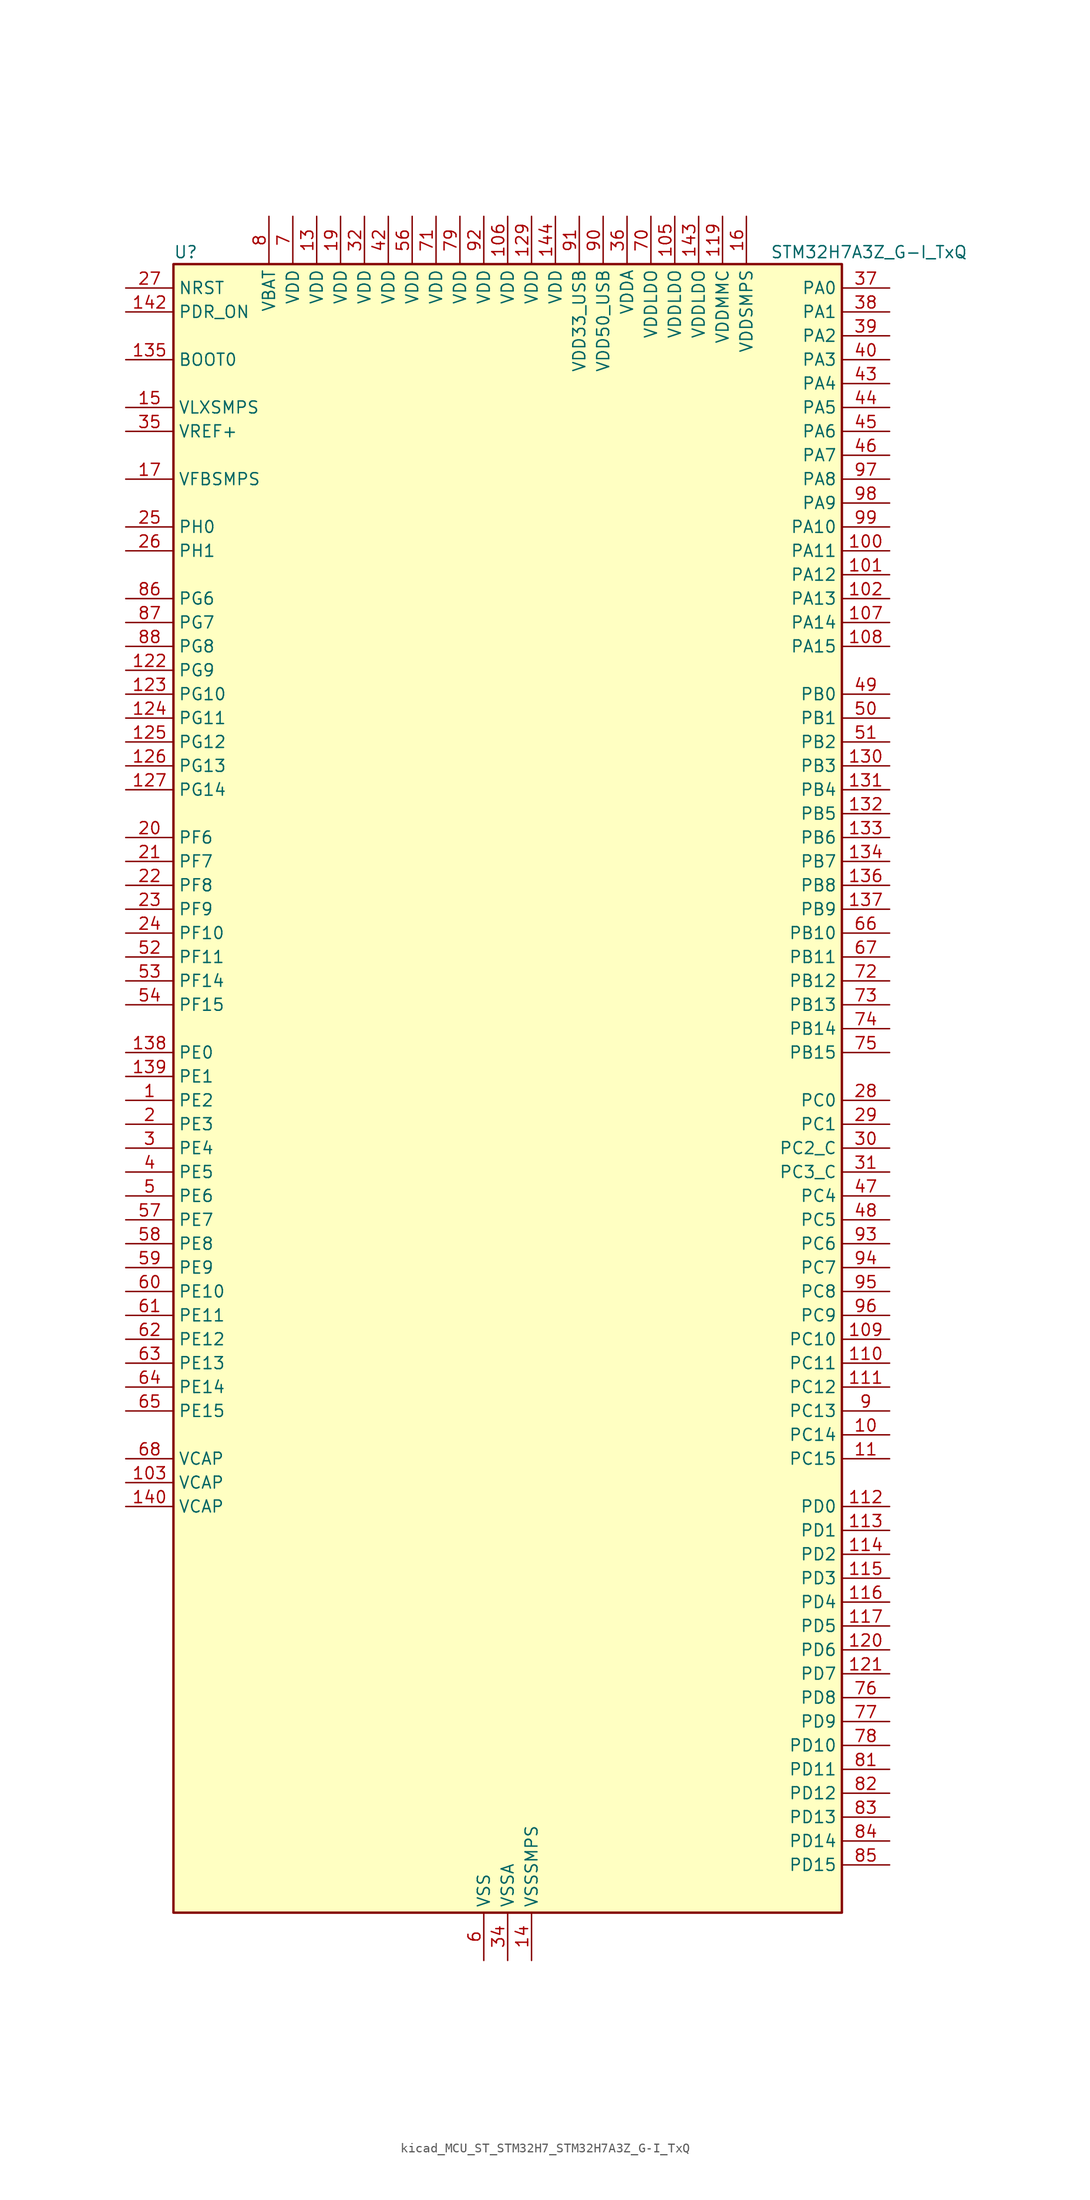
<source format=kicad_sym>
(kicad_symbol_lib
  (version 20220914)
  (generator kicad_symbol_editor)
  (symbol "kicad_MCU_ST_STM32H7_STM32H7A3Z_G-I_TxQ"
    (property "Reference" "U"
      (at -35.56 90.17 0)
      (effects (font (size 1.27 1.27)) (justify left)))
    (property "Value" "STM32H7A3Z_G-I_TxQ"
      (at 27.94 90.17 0)
      (effects (font (size 1.27 1.27)) (justify left)))
    (property "ki_locked" ""
      (at 0 0 0)
      (effects (font (size 1.27 1.27))))
    (symbol "kicad_MCU_ST_STM32H7_STM32H7A3Z_G-I_TxQ_0_1"
      (rectangle (start -35.56 -86.36) (end 35.56 88.9) (stroke (width 0.254) (type default)) (fill (type background))))
    (symbol "kicad_MCU_ST_STM32H7_STM32H7A3Z_G-I_TxQ_1_1"
      (pin bidirectional line (at -40.64 0 0) (length 5.08) (name "PE2" (effects (font (size 1.27 1.27)))) (number "1" (effects (font (size 1.27 1.27)))) (alternate "DEBUG_TRACECLK" bidirectional line) (alternate "FMC_A23" bidirectional line) (alternate "OCTOSPIM_P1_IO2" bidirectional line) (alternate "SAI1_CK1" bidirectional line) (alternate "SAI1_MCLK_A" bidirectional line) (alternate "SPI4_SCK" bidirectional line) (alternate "USART10_RX" bidirectional line))
      (pin bidirectional line (at 40.64 -35.56 180) (length 5.08) (name "PC14" (effects (font (size 1.27 1.27)))) (number "10" (effects (font (size 1.27 1.27)))) (alternate "RCC_OSC32_IN" bidirectional line))
      (pin bidirectional line (at 40.64 58.42 180) (length 5.08) (name "PA11" (effects (font (size 1.27 1.27)))) (number "100" (effects (font (size 1.27 1.27)))) (alternate "ADC1_EXTI11" bidirectional line) (alternate "ADC2_EXTI11" bidirectional line) (alternate "FDCAN1_RX" bidirectional line) (alternate "I2S2_WS" bidirectional line) (alternate "LPUART1_CTS" bidirectional line) (alternate "LTDC_R4" bidirectional line) (alternate "SPI2_NSS" bidirectional line) (alternate "TIM1_CH4" bidirectional line) (alternate "UART4_RX" bidirectional line) (alternate "USART1_CTS" bidirectional line) (alternate "USART1_NSS" bidirectional line) (alternate "USB_OTG_HS_DM" bidirectional line))
      (pin bidirectional line (at 40.64 55.88 180) (length 5.08) (name "PA12" (effects (font (size 1.27 1.27)))) (number "101" (effects (font (size 1.27 1.27)))) (alternate "FDCAN1_TX" bidirectional line) (alternate "I2S2_CK" bidirectional line) (alternate "LPUART1_DE" bidirectional line) (alternate "LPUART1_RTS" bidirectional line) (alternate "LTDC_R5" bidirectional line) (alternate "SAI2_FS_B" bidirectional line) (alternate "SPI2_SCK" bidirectional line) (alternate "TIM1_ETR" bidirectional line) (alternate "UART4_TX" bidirectional line) (alternate "USART1_DE" bidirectional line) (alternate "USART1_RTS" bidirectional line) (alternate "USB_OTG_HS_DP" bidirectional line))
      (pin bidirectional line (at 40.64 53.34 180) (length 5.08) (name "PA13" (effects (font (size 1.27 1.27)))) (number "102" (effects (font (size 1.27 1.27)))) (alternate "DEBUG_JTMS-SWDIO" bidirectional line))
      (pin power_out line (at -40.64 -40.64 0) (length 5.08) (name "VCAP" (effects (font (size 1.27 1.27)))) (number "103" (effects (font (size 1.27 1.27)))))
      (pin passive line (at -2.54 -91.44 90) (length 5.08) hide (name "VSS" (effects (font (size 1.27 1.27)))) (number "104" (effects (font (size 1.27 1.27)))))
      (pin power_in line (at 17.78 93.98 270) (length 5.08) (name "VDDLDO" (effects (font (size 1.27 1.27)))) (number "105" (effects (font (size 1.27 1.27)))))
      (pin power_in line (at 0 93.98 270) (length 5.08) (name "VDD" (effects (font (size 1.27 1.27)))) (number "106" (effects (font (size 1.27 1.27)))))
      (pin bidirectional line (at 40.64 50.8 180) (length 5.08) (name "PA14" (effects (font (size 1.27 1.27)))) (number "107" (effects (font (size 1.27 1.27)))) (alternate "DEBUG_JTCK-SWCLK" bidirectional line))
      (pin bidirectional line (at 40.64 48.26 180) (length 5.08) (name "PA15" (effects (font (size 1.27 1.27)))) (number "108" (effects (font (size 1.27 1.27)))) (alternate "ADC1_EXTI15" bidirectional line) (alternate "ADC2_EXTI15" bidirectional line) (alternate "CEC" bidirectional line) (alternate "DEBUG_JTDI" bidirectional line) (alternate "I2S1_WS" bidirectional line) (alternate "I2S3_WS" bidirectional line) (alternate "I2S6_WS" bidirectional line) (alternate "LTDC_B6" bidirectional line) (alternate "LTDC_R3" bidirectional line) (alternate "SPI1_NSS" bidirectional line) (alternate "SPI3_NSS" bidirectional line) (alternate "SPI6_NSS" bidirectional line) (alternate "TIM2_CH1" bidirectional line) (alternate "TIM2_ETR" bidirectional line) (alternate "UART4_DE" bidirectional line) (alternate "UART4_RTS" bidirectional line) (alternate "UART7_TX" bidirectional line))
      (pin bidirectional line (at 40.64 -25.4 180) (length 5.08) (name "PC10" (effects (font (size 1.27 1.27)))) (number "109" (effects (font (size 1.27 1.27)))) (alternate "DCMI_D8" bidirectional line) (alternate "DFSDM1_CKIN5" bidirectional line) (alternate "DFSDM2_CKIN0" bidirectional line) (alternate "I2S3_CK" bidirectional line) (alternate "LTDC_B1" bidirectional line) (alternate "LTDC_R2" bidirectional line) (alternate "OCTOSPIM_P1_IO1" bidirectional line) (alternate "PSSI_D8" bidirectional line) (alternate "SDMMC1_D2" bidirectional line) (alternate "SPI3_SCK" bidirectional line) (alternate "SWPMI1_RX" bidirectional line) (alternate "UART4_TX" bidirectional line) (alternate "USART3_TX" bidirectional line))
      (pin bidirectional line (at 40.64 -38.1 180) (length 5.08) (name "PC15" (effects (font (size 1.27 1.27)))) (number "11" (effects (font (size 1.27 1.27)))) (alternate "ADC1_EXTI15" bidirectional line) (alternate "ADC2_EXTI15" bidirectional line) (alternate "RCC_OSC32_OUT" bidirectional line))
      (pin bidirectional line (at 40.64 -27.94 180) (length 5.08) (name "PC11" (effects (font (size 1.27 1.27)))) (number "110" (effects (font (size 1.27 1.27)))) (alternate "ADC1_EXTI11" bidirectional line) (alternate "ADC2_EXTI11" bidirectional line) (alternate "DCMI_D4" bidirectional line) (alternate "DFSDM1_DATIN5" bidirectional line) (alternate "DFSDM2_DATIN0" bidirectional line) (alternate "I2S3_SDI" bidirectional line) (alternate "LTDC_B4" bidirectional line) (alternate "OCTOSPIM_P1_NCS" bidirectional line) (alternate "PSSI_D4" bidirectional line) (alternate "SDMMC1_D3" bidirectional line) (alternate "SPI3_MISO" bidirectional line) (alternate "UART4_RX" bidirectional line) (alternate "USART3_RX" bidirectional line))
      (pin bidirectional line (at 40.64 -30.48 180) (length 5.08) (name "PC12" (effects (font (size 1.27 1.27)))) (number "111" (effects (font (size 1.27 1.27)))) (alternate "DCMI_D9" bidirectional line) (alternate "DEBUG_TRACED3" bidirectional line) (alternate "DFSDM2_CKOUT" bidirectional line) (alternate "I2S3_SDO" bidirectional line) (alternate "I2S6_CK" bidirectional line) (alternate "LTDC_R6" bidirectional line) (alternate "PSSI_D9" bidirectional line) (alternate "SDMMC1_CK" bidirectional line) (alternate "SPI3_MOSI" bidirectional line) (alternate "SPI6_SCK" bidirectional line) (alternate "TIM15_CH1" bidirectional line) (alternate "UART5_TX" bidirectional line) (alternate "USART3_CK" bidirectional line))
      (pin bidirectional line (at 40.64 -43.18 180) (length 5.08) (name "PD0" (effects (font (size 1.27 1.27)))) (number "112" (effects (font (size 1.27 1.27)))) (alternate "DFSDM1_CKIN6" bidirectional line) (alternate "FDCAN1_RX" bidirectional line) (alternate "FMC_D2" bidirectional line) (alternate "FMC_DA2" bidirectional line) (alternate "LTDC_B1" bidirectional line) (alternate "UART4_RX" bidirectional line) (alternate "UART9_CTS" bidirectional line))
      (pin bidirectional line (at 40.64 -45.72 180) (length 5.08) (name "PD1" (effects (font (size 1.27 1.27)))) (number "113" (effects (font (size 1.27 1.27)))) (alternate "DFSDM1_DATIN6" bidirectional line) (alternate "FDCAN1_TX" bidirectional line) (alternate "FMC_D3" bidirectional line) (alternate "FMC_DA3" bidirectional line) (alternate "UART4_TX" bidirectional line))
      (pin bidirectional line (at 40.64 -48.26 180) (length 5.08) (name "PD2" (effects (font (size 1.27 1.27)))) (number "114" (effects (font (size 1.27 1.27)))) (alternate "DCMI_D11" bidirectional line) (alternate "DEBUG_TRACED2" bidirectional line) (alternate "LTDC_B2" bidirectional line) (alternate "LTDC_B7" bidirectional line) (alternate "PSSI_D11" bidirectional line) (alternate "SDMMC1_CMD" bidirectional line) (alternate "TIM15_BKIN" bidirectional line) (alternate "TIM3_ETR" bidirectional line) (alternate "UART5_RX" bidirectional line))
      (pin bidirectional line (at 40.64 -50.8 180) (length 5.08) (name "PD3" (effects (font (size 1.27 1.27)))) (number "115" (effects (font (size 1.27 1.27)))) (alternate "DCMI_D5" bidirectional line) (alternate "DFSDM1_CKOUT" bidirectional line) (alternate "FMC_CLK" bidirectional line) (alternate "I2S2_CK" bidirectional line) (alternate "LTDC_G7" bidirectional line) (alternate "PSSI_D5" bidirectional line) (alternate "SPI2_SCK" bidirectional line) (alternate "USART2_CTS" bidirectional line) (alternate "USART2_NSS" bidirectional line))
      (pin bidirectional line (at 40.64 -53.34 180) (length 5.08) (name "PD4" (effects (font (size 1.27 1.27)))) (number "116" (effects (font (size 1.27 1.27)))) (alternate "FMC_NOE" bidirectional line) (alternate "OCTOSPIM_P1_IO4" bidirectional line) (alternate "USART2_DE" bidirectional line) (alternate "USART2_RTS" bidirectional line))
      (pin bidirectional line (at 40.64 -55.88 180) (length 5.08) (name "PD5" (effects (font (size 1.27 1.27)))) (number "117" (effects (font (size 1.27 1.27)))) (alternate "FMC_NWE" bidirectional line) (alternate "OCTOSPIM_P1_IO5" bidirectional line) (alternate "USART2_TX" bidirectional line))
      (pin passive line (at -2.54 -91.44 90) (length 5.08) hide (name "VSS" (effects (font (size 1.27 1.27)))) (number "118" (effects (font (size 1.27 1.27)))))
      (pin power_in line (at 22.86 93.98 270) (length 5.08) (name "VDDMMC" (effects (font (size 1.27 1.27)))) (number "119" (effects (font (size 1.27 1.27)))))
      (pin passive line (at -2.54 -91.44 90) (length 5.08) hide (name "VSS" (effects (font (size 1.27 1.27)))) (number "12" (effects (font (size 1.27 1.27)))))
      (pin bidirectional line (at 40.64 -58.42 180) (length 5.08) (name "PD6" (effects (font (size 1.27 1.27)))) (number "120" (effects (font (size 1.27 1.27)))) (alternate "DCMI_D10" bidirectional line) (alternate "DFSDM1_CKIN4" bidirectional line) (alternate "DFSDM1_DATIN1" bidirectional line) (alternate "FMC_NWAIT" bidirectional line) (alternate "I2S3_SDO" bidirectional line) (alternate "LTDC_B2" bidirectional line) (alternate "OCTOSPIM_P1_IO6" bidirectional line) (alternate "PSSI_D10" bidirectional line) (alternate "SAI1_D1" bidirectional line) (alternate "SAI1_SD_A" bidirectional line) (alternate "SDMMC2_CK" bidirectional line) (alternate "SPI3_MOSI" bidirectional line) (alternate "USART2_RX" bidirectional line))
      (pin bidirectional line (at 40.64 -60.96 180) (length 5.08) (name "PD7" (effects (font (size 1.27 1.27)))) (number "121" (effects (font (size 1.27 1.27)))) (alternate "DFSDM1_CKIN1" bidirectional line) (alternate "DFSDM1_DATIN4" bidirectional line) (alternate "FMC_NE1" bidirectional line) (alternate "I2S1_SDO" bidirectional line) (alternate "OCTOSPIM_P1_IO7" bidirectional line) (alternate "SDMMC2_CMD" bidirectional line) (alternate "SPDIFRX_IN0" bidirectional line) (alternate "SPI1_MOSI" bidirectional line) (alternate "USART2_CK" bidirectional line))
      (pin bidirectional line (at -40.64 45.72 0) (length 5.08) (name "PG9" (effects (font (size 1.27 1.27)))) (number "122" (effects (font (size 1.27 1.27)))) (alternate "DAC1_EXTI9" bidirectional line) (alternate "DCMI_VSYNC" bidirectional line) (alternate "FMC_NCE" bidirectional line) (alternate "FMC_NE2" bidirectional line) (alternate "I2S1_SDI" bidirectional line) (alternate "OCTOSPIM_P1_IO6" bidirectional line) (alternate "PSSI_RDY" bidirectional line) (alternate "SAI2_FS_B" bidirectional line) (alternate "SDMMC2_D0" bidirectional line) (alternate "SPDIFRX_IN3" bidirectional line) (alternate "SPI1_MISO" bidirectional line) (alternate "USART6_RX" bidirectional line))
      (pin bidirectional line (at -40.64 43.18 0) (length 5.08) (name "PG10" (effects (font (size 1.27 1.27)))) (number "123" (effects (font (size 1.27 1.27)))) (alternate "DCMI_D2" bidirectional line) (alternate "FMC_NE3" bidirectional line) (alternate "I2S1_WS" bidirectional line) (alternate "LTDC_B2" bidirectional line) (alternate "LTDC_G3" bidirectional line) (alternate "OCTOSPIM_P2_IO6" bidirectional line) (alternate "PSSI_D2" bidirectional line) (alternate "SAI2_SD_B" bidirectional line) (alternate "SDMMC2_D1" bidirectional line) (alternate "SPI1_NSS" bidirectional line))
      (pin bidirectional line (at -40.64 40.64 0) (length 5.08) (name "PG11" (effects (font (size 1.27 1.27)))) (number "124" (effects (font (size 1.27 1.27)))) (alternate "ADC1_EXTI11" bidirectional line) (alternate "ADC2_EXTI11" bidirectional line) (alternate "DCMI_D3" bidirectional line) (alternate "I2S1_CK" bidirectional line) (alternate "LPTIM1_IN2" bidirectional line) (alternate "LTDC_B3" bidirectional line) (alternate "OCTOSPIM_P2_IO7" bidirectional line) (alternate "PSSI_D3" bidirectional line) (alternate "SDMMC2_D2" bidirectional line) (alternate "SPDIFRX_IN0" bidirectional line) (alternate "SPI1_SCK" bidirectional line) (alternate "USART10_RX" bidirectional line))
      (pin bidirectional line (at -40.64 38.1 0) (length 5.08) (name "PG12" (effects (font (size 1.27 1.27)))) (number "125" (effects (font (size 1.27 1.27)))) (alternate "FMC_NE4" bidirectional line) (alternate "I2S6_SDI" bidirectional line) (alternate "LPTIM1_IN1" bidirectional line) (alternate "LTDC_B1" bidirectional line) (alternate "LTDC_B4" bidirectional line) (alternate "OCTOSPIM_P2_NCS" bidirectional line) (alternate "SDMMC2_D3" bidirectional line) (alternate "SPDIFRX_IN1" bidirectional line) (alternate "SPI6_MISO" bidirectional line) (alternate "USART10_TX" bidirectional line) (alternate "USART6_DE" bidirectional line) (alternate "USART6_RTS" bidirectional line))
      (pin bidirectional line (at -40.64 35.56 0) (length 5.08) (name "PG13" (effects (font (size 1.27 1.27)))) (number "126" (effects (font (size 1.27 1.27)))) (alternate "DEBUG_TRACED0" bidirectional line) (alternate "FMC_A24" bidirectional line) (alternate "I2S6_CK" bidirectional line) (alternate "LPTIM1_OUT" bidirectional line) (alternate "LTDC_R0" bidirectional line) (alternate "SDMMC2_D6" bidirectional line) (alternate "SPI6_SCK" bidirectional line) (alternate "USART10_CTS" bidirectional line) (alternate "USART10_NSS" bidirectional line) (alternate "USART6_CTS" bidirectional line) (alternate "USART6_NSS" bidirectional line))
      (pin bidirectional line (at -40.64 33.02 0) (length 5.08) (name "PG14" (effects (font (size 1.27 1.27)))) (number "127" (effects (font (size 1.27 1.27)))) (alternate "DEBUG_TRACED1" bidirectional line) (alternate "FMC_A25" bidirectional line) (alternate "I2S6_SDO" bidirectional line) (alternate "LPTIM1_ETR" bidirectional line) (alternate "LTDC_B0" bidirectional line) (alternate "OCTOSPIM_P1_IO7" bidirectional line) (alternate "SDMMC2_D7" bidirectional line) (alternate "SPI6_MOSI" bidirectional line) (alternate "USART10_DE" bidirectional line) (alternate "USART10_RTS" bidirectional line) (alternate "USART6_TX" bidirectional line))
      (pin passive line (at -2.54 -91.44 90) (length 5.08) hide (name "VSS" (effects (font (size 1.27 1.27)))) (number "128" (effects (font (size 1.27 1.27)))))
      (pin power_in line (at 2.54 93.98 270) (length 5.08) (name "VDD" (effects (font (size 1.27 1.27)))) (number "129" (effects (font (size 1.27 1.27)))))
      (pin power_in line (at -20.32 93.98 270) (length 5.08) (name "VDD" (effects (font (size 1.27 1.27)))) (number "13" (effects (font (size 1.27 1.27)))))
      (pin bidirectional line (at 40.64 35.56 180) (length 5.08) (name "PB3" (effects (font (size 1.27 1.27)))) (number "130" (effects (font (size 1.27 1.27)))) (alternate "CRS_SYNC" bidirectional line) (alternate "DEBUG_JTDO-SWO" bidirectional line) (alternate "I2S1_CK" bidirectional line) (alternate "I2S3_CK" bidirectional line) (alternate "I2S6_CK" bidirectional line) (alternate "SDMMC2_D2" bidirectional line) (alternate "SPI1_SCK" bidirectional line) (alternate "SPI3_SCK" bidirectional line) (alternate "SPI6_SCK" bidirectional line) (alternate "TIM2_CH2" bidirectional line) (alternate "UART7_RX" bidirectional line))
      (pin bidirectional line (at 40.64 33.02 180) (length 5.08) (name "PB4" (effects (font (size 1.27 1.27)))) (number "131" (effects (font (size 1.27 1.27)))) (alternate "DEBUG_JTRST" bidirectional line) (alternate "I2S1_SDI" bidirectional line) (alternate "I2S2_WS" bidirectional line) (alternate "I2S3_SDI" bidirectional line) (alternate "I2S6_SDI" bidirectional line) (alternate "SDMMC2_D3" bidirectional line) (alternate "SPI1_MISO" bidirectional line) (alternate "SPI2_NSS" bidirectional line) (alternate "SPI3_MISO" bidirectional line) (alternate "SPI6_MISO" bidirectional line) (alternate "TIM16_BKIN" bidirectional line) (alternate "TIM3_CH1" bidirectional line) (alternate "UART7_TX" bidirectional line))
      (pin bidirectional line (at 40.64 30.48 180) (length 5.08) (name "PB5" (effects (font (size 1.27 1.27)))) (number "132" (effects (font (size 1.27 1.27)))) (alternate "DCMI_D10" bidirectional line) (alternate "FDCAN2_RX" bidirectional line) (alternate "FMC_SDCKE1" bidirectional line) (alternate "I2C1_SMBA" bidirectional line) (alternate "I2C4_SMBA" bidirectional line) (alternate "I2S1_SDO" bidirectional line) (alternate "I2S3_SDO" bidirectional line) (alternate "I2S6_SDO" bidirectional line) (alternate "LTDC_B5" bidirectional line) (alternate "PSSI_D10" bidirectional line) (alternate "SPI1_MOSI" bidirectional line) (alternate "SPI3_MOSI" bidirectional line) (alternate "SPI6_MOSI" bidirectional line) (alternate "TIM17_BKIN" bidirectional line) (alternate "TIM3_CH2" bidirectional line) (alternate "UART5_RX" bidirectional line) (alternate "USB_OTG_HS_ULPI_D7" bidirectional line))
      (pin bidirectional line (at 40.64 27.94 180) (length 5.08) (name "PB6" (effects (font (size 1.27 1.27)))) (number "133" (effects (font (size 1.27 1.27)))) (alternate "CEC" bidirectional line) (alternate "DCMI_D5" bidirectional line) (alternate "DFSDM1_DATIN5" bidirectional line) (alternate "FDCAN2_TX" bidirectional line) (alternate "FMC_SDNE1" bidirectional line) (alternate "I2C1_SCL" bidirectional line) (alternate "I2C4_SCL" bidirectional line) (alternate "LPUART1_TX" bidirectional line) (alternate "OCTOSPIM_P1_NCS" bidirectional line) (alternate "PSSI_D5" bidirectional line) (alternate "TIM16_CH1N" bidirectional line) (alternate "TIM4_CH1" bidirectional line) (alternate "UART5_TX" bidirectional line) (alternate "USART1_TX" bidirectional line))
      (pin bidirectional line (at 40.64 25.4 180) (length 5.08) (name "PB7" (effects (font (size 1.27 1.27)))) (number "134" (effects (font (size 1.27 1.27)))) (alternate "DCMI_VSYNC" bidirectional line) (alternate "DFSDM1_CKIN5" bidirectional line) (alternate "FMC_NL" bidirectional line) (alternate "I2C1_SDA" bidirectional line) (alternate "I2C4_SDA" bidirectional line) (alternate "LPUART1_RX" bidirectional line) (alternate "PSSI_RDY" bidirectional line) (alternate "PWR_PVD_IN" bidirectional line) (alternate "TIM17_CH1N" bidirectional line) (alternate "TIM4_CH2" bidirectional line) (alternate "USART1_RX" bidirectional line))
      (pin input line (at -40.64 78.74 0) (length 5.08) (name "BOOT0" (effects (font (size 1.27 1.27)))) (number "135" (effects (font (size 1.27 1.27)))))
      (pin bidirectional line (at 40.64 22.86 180) (length 5.08) (name "PB8" (effects (font (size 1.27 1.27)))) (number "136" (effects (font (size 1.27 1.27)))) (alternate "DCMI_D6" bidirectional line) (alternate "DFSDM1_CKIN7" bidirectional line) (alternate "FDCAN1_RX" bidirectional line) (alternate "I2C1_SCL" bidirectional line) (alternate "I2C4_SCL" bidirectional line) (alternate "LTDC_B6" bidirectional line) (alternate "PSSI_D6" bidirectional line) (alternate "SDMMC1_CKIN" bidirectional line) (alternate "SDMMC1_D4" bidirectional line) (alternate "SDMMC2_D4" bidirectional line) (alternate "TIM16_CH1" bidirectional line) (alternate "TIM4_CH3" bidirectional line) (alternate "UART4_RX" bidirectional line))
      (pin bidirectional line (at 40.64 20.32 180) (length 5.08) (name "PB9" (effects (font (size 1.27 1.27)))) (number "137" (effects (font (size 1.27 1.27)))) (alternate "DAC1_EXTI9" bidirectional line) (alternate "DCMI_D7" bidirectional line) (alternate "DFSDM1_DATIN7" bidirectional line) (alternate "FDCAN1_TX" bidirectional line) (alternate "I2C1_SDA" bidirectional line) (alternate "I2C4_SDA" bidirectional line) (alternate "I2C4_SMBA" bidirectional line) (alternate "I2S2_WS" bidirectional line) (alternate "LTDC_B7" bidirectional line) (alternate "PSSI_D7" bidirectional line) (alternate "SDMMC1_CDIR" bidirectional line) (alternate "SDMMC1_D5" bidirectional line) (alternate "SDMMC2_D5" bidirectional line) (alternate "SPI2_NSS" bidirectional line) (alternate "TIM17_CH1" bidirectional line) (alternate "TIM4_CH4" bidirectional line) (alternate "UART4_TX" bidirectional line))
      (pin bidirectional line (at -40.64 5.08 0) (length 5.08) (name "PE0" (effects (font (size 1.27 1.27)))) (number "138" (effects (font (size 1.27 1.27)))) (alternate "DCMI_D2" bidirectional line) (alternate "FMC_NBL0" bidirectional line) (alternate "LPTIM1_ETR" bidirectional line) (alternate "LPTIM2_ETR" bidirectional line) (alternate "LTDC_R0" bidirectional line) (alternate "PSSI_D2" bidirectional line) (alternate "SAI2_MCLK_A" bidirectional line) (alternate "TIM4_ETR" bidirectional line) (alternate "UART8_RX" bidirectional line))
      (pin bidirectional line (at -40.64 2.54 0) (length 5.08) (name "PE1" (effects (font (size 1.27 1.27)))) (number "139" (effects (font (size 1.27 1.27)))) (alternate "DCMI_D3" bidirectional line) (alternate "FMC_NBL1" bidirectional line) (alternate "LPTIM1_IN2" bidirectional line) (alternate "LTDC_R6" bidirectional line) (alternate "PSSI_D3" bidirectional line) (alternate "UART8_TX" bidirectional line))
      (pin power_in line (at 2.54 -91.44 90) (length 5.08) (name "VSSSMPS" (effects (font (size 1.27 1.27)))) (number "14" (effects (font (size 1.27 1.27)))))
      (pin power_out line (at -40.64 -43.18 0) (length 5.08) (name "VCAP" (effects (font (size 1.27 1.27)))) (number "140" (effects (font (size 1.27 1.27)))))
      (pin passive line (at -2.54 -91.44 90) (length 5.08) hide (name "VSS" (effects (font (size 1.27 1.27)))) (number "141" (effects (font (size 1.27 1.27)))))
      (pin input line (at -40.64 83.82 0) (length 5.08) (name "PDR_ON" (effects (font (size 1.27 1.27)))) (number "142" (effects (font (size 1.27 1.27)))))
      (pin power_in line (at 20.32 93.98 270) (length 5.08) (name "VDDLDO" (effects (font (size 1.27 1.27)))) (number "143" (effects (font (size 1.27 1.27)))))
      (pin power_in line (at 5.08 93.98 270) (length 5.08) (name "VDD" (effects (font (size 1.27 1.27)))) (number "144" (effects (font (size 1.27 1.27)))))
      (pin power_in line (at -40.64 73.66 0) (length 5.08) (name "VLXSMPS" (effects (font (size 1.27 1.27)))) (number "15" (effects (font (size 1.27 1.27)))))
      (pin power_in line (at 25.4 93.98 270) (length 5.08) (name "VDDSMPS" (effects (font (size 1.27 1.27)))) (number "16" (effects (font (size 1.27 1.27)))))
      (pin input line (at -40.64 66.04 0) (length 5.08) (name "VFBSMPS" (effects (font (size 1.27 1.27)))) (number "17" (effects (font (size 1.27 1.27)))))
      (pin passive line (at -2.54 -91.44 90) (length 5.08) hide (name "VSS" (effects (font (size 1.27 1.27)))) (number "18" (effects (font (size 1.27 1.27)))))
      (pin power_in line (at -17.78 93.98 270) (length 5.08) (name "VDD" (effects (font (size 1.27 1.27)))) (number "19" (effects (font (size 1.27 1.27)))))
      (pin bidirectional line (at -40.64 -2.54 0) (length 5.08) (name "PE3" (effects (font (size 1.27 1.27)))) (number "2" (effects (font (size 1.27 1.27)))) (alternate "DEBUG_TRACED0" bidirectional line) (alternate "FMC_A19" bidirectional line) (alternate "SAI1_SD_B" bidirectional line) (alternate "TIM15_BKIN" bidirectional line) (alternate "USART10_TX" bidirectional line))
      (pin bidirectional line (at -40.64 27.94 0) (length 5.08) (name "PF6" (effects (font (size 1.27 1.27)))) (number "20" (effects (font (size 1.27 1.27)))) (alternate "OCTOSPIM_P1_IO3" bidirectional line) (alternate "SAI1_SD_B" bidirectional line) (alternate "SPI5_NSS" bidirectional line) (alternate "TIM16_CH1" bidirectional line) (alternate "UART7_RX" bidirectional line))
      (pin bidirectional line (at -40.64 25.4 0) (length 5.08) (name "PF7" (effects (font (size 1.27 1.27)))) (number "21" (effects (font (size 1.27 1.27)))) (alternate "OCTOSPIM_P1_IO2" bidirectional line) (alternate "SAI1_MCLK_B" bidirectional line) (alternate "SPI5_SCK" bidirectional line) (alternate "TIM17_CH1" bidirectional line) (alternate "UART7_TX" bidirectional line))
      (pin bidirectional line (at -40.64 22.86 0) (length 5.08) (name "PF8" (effects (font (size 1.27 1.27)))) (number "22" (effects (font (size 1.27 1.27)))) (alternate "OCTOSPIM_P1_IO0" bidirectional line) (alternate "SAI1_SCK_B" bidirectional line) (alternate "SPI5_MISO" bidirectional line) (alternate "TIM13_CH1" bidirectional line) (alternate "TIM16_CH1N" bidirectional line) (alternate "UART7_DE" bidirectional line) (alternate "UART7_RTS" bidirectional line))
      (pin bidirectional line (at -40.64 20.32 0) (length 5.08) (name "PF9" (effects (font (size 1.27 1.27)))) (number "23" (effects (font (size 1.27 1.27)))) (alternate "DAC1_EXTI9" bidirectional line) (alternate "OCTOSPIM_P1_IO1" bidirectional line) (alternate "SAI1_FS_B" bidirectional line) (alternate "SPI5_MOSI" bidirectional line) (alternate "TIM14_CH1" bidirectional line) (alternate "TIM17_CH1N" bidirectional line) (alternate "UART7_CTS" bidirectional line))
      (pin bidirectional line (at -40.64 17.78 0) (length 5.08) (name "PF10" (effects (font (size 1.27 1.27)))) (number "24" (effects (font (size 1.27 1.27)))) (alternate "DCMI_D11" bidirectional line) (alternate "LTDC_DE" bidirectional line) (alternate "OCTOSPIM_P1_CLK" bidirectional line) (alternate "PSSI_D11" bidirectional line) (alternate "PSSI_D15" bidirectional line) (alternate "SAI1_D3" bidirectional line) (alternate "TIM16_BKIN" bidirectional line))
      (pin bidirectional line (at -40.64 60.96 0) (length 5.08) (name "PH0" (effects (font (size 1.27 1.27)))) (number "25" (effects (font (size 1.27 1.27)))) (alternate "RCC_OSC_IN" bidirectional line))
      (pin bidirectional line (at -40.64 58.42 0) (length 5.08) (name "PH1" (effects (font (size 1.27 1.27)))) (number "26" (effects (font (size 1.27 1.27)))) (alternate "RCC_OSC_OUT" bidirectional line))
      (pin input line (at -40.64 86.36 0) (length 5.08) (name "NRST" (effects (font (size 1.27 1.27)))) (number "27" (effects (font (size 1.27 1.27)))))
      (pin bidirectional line (at 40.64 0 180) (length 5.08) (name "PC0" (effects (font (size 1.27 1.27)))) (number "28" (effects (font (size 1.27 1.27)))) (alternate "ADC1_INP10" bidirectional line) (alternate "ADC2_INP10" bidirectional line) (alternate "DFSDM1_CKIN0" bidirectional line) (alternate "DFSDM1_DATIN4" bidirectional line) (alternate "FMC_A25" bidirectional line) (alternate "FMC_SDNWE" bidirectional line) (alternate "LTDC_G2" bidirectional line) (alternate "LTDC_R5" bidirectional line) (alternate "SAI2_FS_B" bidirectional line) (alternate "USB_OTG_HS_ULPI_STP" bidirectional line))
      (pin bidirectional line (at 40.64 -2.54 180) (length 5.08) (name "PC1" (effects (font (size 1.27 1.27)))) (number "29" (effects (font (size 1.27 1.27)))) (alternate "ADC1_INN10" bidirectional line) (alternate "ADC1_INP11" bidirectional line) (alternate "ADC2_INN10" bidirectional line) (alternate "ADC2_INP11" bidirectional line) (alternate "DEBUG_TRACED0" bidirectional line) (alternate "DFSDM1_CKIN4" bidirectional line) (alternate "DFSDM1_DATIN0" bidirectional line) (alternate "I2S2_SDO" bidirectional line) (alternate "LTDC_G5" bidirectional line) (alternate "MDIOS_MDC" bidirectional line) (alternate "OCTOSPIM_P1_IO4" bidirectional line) (alternate "PWR_WKUP6" bidirectional line) (alternate "RTC_TAMP3" bidirectional line) (alternate "SAI1_D1" bidirectional line) (alternate "SAI1_SD_A" bidirectional line) (alternate "SDMMC2_CK" bidirectional line) (alternate "SPI2_MOSI" bidirectional line))
      (pin bidirectional line (at -40.64 -5.08 0) (length 5.08) (name "PE4" (effects (font (size 1.27 1.27)))) (number "3" (effects (font (size 1.27 1.27)))) (alternate "DCMI_D4" bidirectional line) (alternate "DEBUG_TRACED1" bidirectional line) (alternate "DFSDM1_DATIN3" bidirectional line) (alternate "FMC_A20" bidirectional line) (alternate "LTDC_B0" bidirectional line) (alternate "PSSI_D4" bidirectional line) (alternate "SAI1_D2" bidirectional line) (alternate "SAI1_FS_A" bidirectional line) (alternate "SPI4_NSS" bidirectional line) (alternate "TIM15_CH1N" bidirectional line))
      (pin bidirectional line (at 40.64 -5.08 180) (length 5.08) (name "PC2_C" (effects (font (size 1.27 1.27)))) (number "30" (effects (font (size 1.27 1.27)))) (alternate "ADC2_INN1" bidirectional line) (alternate "ADC2_INP0" bidirectional line) (alternate "DFSDM1_CKIN1" bidirectional line) (alternate "DFSDM1_CKOUT" bidirectional line) (alternate "FMC_SDNE0" bidirectional line) (alternate "I2S2_SDI" bidirectional line) (alternate "OCTOSPIM_P1_IO2" bidirectional line) (alternate "OCTOSPIM_P1_IO5" bidirectional line) (alternate "PWR_CSTOP" bidirectional line) (alternate "SPI2_MISO" bidirectional line) (alternate "USB_OTG_HS_ULPI_DIR" bidirectional line))
      (pin bidirectional line (at 40.64 -7.62 180) (length 5.08) (name "PC3_C" (effects (font (size 1.27 1.27)))) (number "31" (effects (font (size 1.27 1.27)))) (alternate "ADC2_INP1" bidirectional line) (alternate "DFSDM1_DATIN1" bidirectional line) (alternate "FMC_SDCKE0" bidirectional line) (alternate "I2S2_SDO" bidirectional line) (alternate "OCTOSPIM_P1_IO0" bidirectional line) (alternate "OCTOSPIM_P1_IO6" bidirectional line) (alternate "PWR_CSLEEP" bidirectional line) (alternate "SPI2_MOSI" bidirectional line) (alternate "USB_OTG_HS_ULPI_NXT" bidirectional line))
      (pin power_in line (at -15.24 93.98 270) (length 5.08) (name "VDD" (effects (font (size 1.27 1.27)))) (number "32" (effects (font (size 1.27 1.27)))))
      (pin passive line (at -2.54 -91.44 90) (length 5.08) hide (name "VSS" (effects (font (size 1.27 1.27)))) (number "33" (effects (font (size 1.27 1.27)))))
      (pin power_in line (at 0 -91.44 90) (length 5.08) (name "VSSA" (effects (font (size 1.27 1.27)))) (number "34" (effects (font (size 1.27 1.27)))))
      (pin input line (at -40.64 71.12 0) (length 5.08) (name "VREF+" (effects (font (size 1.27 1.27)))) (number "35" (effects (font (size 1.27 1.27)))) (alternate "VREFBUF_OUT" bidirectional line))
      (pin power_in line (at 12.7 93.98 270) (length 5.08) (name "VDDA" (effects (font (size 1.27 1.27)))) (number "36" (effects (font (size 1.27 1.27)))))
      (pin bidirectional line (at 40.64 86.36 180) (length 5.08) (name "PA0" (effects (font (size 1.27 1.27)))) (number "37" (effects (font (size 1.27 1.27)))) (alternate "ADC1_INP16" bidirectional line) (alternate "I2S6_WS" bidirectional line) (alternate "PWR_WKUP1" bidirectional line) (alternate "SAI2_SD_B" bidirectional line) (alternate "SDMMC2_CMD" bidirectional line) (alternate "SPI6_NSS" bidirectional line) (alternate "TIM15_BKIN" bidirectional line) (alternate "TIM2_CH1" bidirectional line) (alternate "TIM2_ETR" bidirectional line) (alternate "TIM5_CH1" bidirectional line) (alternate "TIM8_ETR" bidirectional line) (alternate "UART4_TX" bidirectional line) (alternate "USART2_CTS" bidirectional line) (alternate "USART2_NSS" bidirectional line))
      (pin bidirectional line (at 40.64 83.82 180) (length 5.08) (name "PA1" (effects (font (size 1.27 1.27)))) (number "38" (effects (font (size 1.27 1.27)))) (alternate "ADC1_INN16" bidirectional line) (alternate "ADC1_INP17" bidirectional line) (alternate "LPTIM3_OUT" bidirectional line) (alternate "LTDC_R2" bidirectional line) (alternate "OCTOSPIM_P1_DQS" bidirectional line) (alternate "OCTOSPIM_P1_IO3" bidirectional line) (alternate "SAI2_MCLK_B" bidirectional line) (alternate "TIM15_CH1N" bidirectional line) (alternate "TIM2_CH2" bidirectional line) (alternate "TIM5_CH2" bidirectional line) (alternate "UART4_RX" bidirectional line) (alternate "USART2_DE" bidirectional line) (alternate "USART2_RTS" bidirectional line))
      (pin bidirectional line (at 40.64 81.28 180) (length 5.08) (name "PA2" (effects (font (size 1.27 1.27)))) (number "39" (effects (font (size 1.27 1.27)))) (alternate "ADC1_INP14" bidirectional line) (alternate "DFSDM2_CKIN1" bidirectional line) (alternate "LTDC_R1" bidirectional line) (alternate "MDIOS_MDIO" bidirectional line) (alternate "PWR_WKUP2" bidirectional line) (alternate "SAI2_SCK_B" bidirectional line) (alternate "TIM15_CH1" bidirectional line) (alternate "TIM2_CH3" bidirectional line) (alternate "TIM5_CH3" bidirectional line) (alternate "USART2_TX" bidirectional line))
      (pin bidirectional line (at -40.64 -7.62 0) (length 5.08) (name "PE5" (effects (font (size 1.27 1.27)))) (number "4" (effects (font (size 1.27 1.27)))) (alternate "DCMI_D6" bidirectional line) (alternate "DEBUG_TRACED2" bidirectional line) (alternate "DFSDM1_CKIN3" bidirectional line) (alternate "FMC_A21" bidirectional line) (alternate "LTDC_G0" bidirectional line) (alternate "PSSI_D6" bidirectional line) (alternate "SAI1_CK2" bidirectional line) (alternate "SAI1_SCK_A" bidirectional line) (alternate "SPI4_MISO" bidirectional line) (alternate "TIM15_CH1" bidirectional line))
      (pin bidirectional line (at 40.64 78.74 180) (length 5.08) (name "PA3" (effects (font (size 1.27 1.27)))) (number "40" (effects (font (size 1.27 1.27)))) (alternate "ADC1_INP15" bidirectional line) (alternate "I2S6_MCK" bidirectional line) (alternate "LTDC_B2" bidirectional line) (alternate "LTDC_B5" bidirectional line) (alternate "OCTOSPIM_P1_CLK" bidirectional line) (alternate "TIM15_CH2" bidirectional line) (alternate "TIM2_CH4" bidirectional line) (alternate "TIM5_CH4" bidirectional line) (alternate "USART2_RX" bidirectional line) (alternate "USB_OTG_HS_ULPI_D0" bidirectional line))
      (pin passive line (at -2.54 -91.44 90) (length 5.08) hide (name "VSS" (effects (font (size 1.27 1.27)))) (number "41" (effects (font (size 1.27 1.27)))))
      (pin power_in line (at -12.7 93.98 270) (length 5.08) (name "VDD" (effects (font (size 1.27 1.27)))) (number "42" (effects (font (size 1.27 1.27)))))
      (pin bidirectional line (at 40.64 76.2 180) (length 5.08) (name "PA4" (effects (font (size 1.27 1.27)))) (number "43" (effects (font (size 1.27 1.27)))) (alternate "ADC1_INP18" bidirectional line) (alternate "DAC1_OUT1" bidirectional line) (alternate "DCMI_HSYNC" bidirectional line) (alternate "I2S1_WS" bidirectional line) (alternate "I2S3_WS" bidirectional line) (alternate "I2S6_WS" bidirectional line) (alternate "LTDC_VSYNC" bidirectional line) (alternate "PSSI_DE" bidirectional line) (alternate "SPI1_NSS" bidirectional line) (alternate "SPI3_NSS" bidirectional line) (alternate "SPI6_NSS" bidirectional line) (alternate "TIM5_ETR" bidirectional line) (alternate "USART2_CK" bidirectional line))
      (pin bidirectional line (at 40.64 73.66 180) (length 5.08) (name "PA5" (effects (font (size 1.27 1.27)))) (number "44" (effects (font (size 1.27 1.27)))) (alternate "ADC1_INN18" bidirectional line) (alternate "ADC1_INP19" bidirectional line) (alternate "DAC1_OUT2" bidirectional line) (alternate "I2S1_CK" bidirectional line) (alternate "I2S6_CK" bidirectional line) (alternate "LTDC_R4" bidirectional line) (alternate "PSSI_D14" bidirectional line) (alternate "PWR_NDSTOP2" bidirectional line) (alternate "SPI1_SCK" bidirectional line) (alternate "SPI6_SCK" bidirectional line) (alternate "TIM2_CH1" bidirectional line) (alternate "TIM2_ETR" bidirectional line) (alternate "TIM8_CH1N" bidirectional line) (alternate "USB_OTG_HS_ULPI_CK" bidirectional line))
      (pin bidirectional line (at 40.64 71.12 180) (length 5.08) (name "PA6" (effects (font (size 1.27 1.27)))) (number "45" (effects (font (size 1.27 1.27)))) (alternate "ADC1_INP3" bidirectional line) (alternate "ADC2_INP3" bidirectional line) (alternate "DAC2_OUT1" bidirectional line) (alternate "DCMI_PIXCLK" bidirectional line) (alternate "I2S1_SDI" bidirectional line) (alternate "I2S6_SDI" bidirectional line) (alternate "LTDC_G2" bidirectional line) (alternate "MDIOS_MDC" bidirectional line) (alternate "OCTOSPIM_P1_IO3" bidirectional line) (alternate "PSSI_PDCK" bidirectional line) (alternate "SPI1_MISO" bidirectional line) (alternate "SPI6_MISO" bidirectional line) (alternate "TIM13_CH1" bidirectional line) (alternate "TIM1_BKIN" bidirectional line) (alternate "TIM1_BKIN_COMP1" bidirectional line) (alternate "TIM1_BKIN_COMP2" bidirectional line) (alternate "TIM3_CH1" bidirectional line) (alternate "TIM8_BKIN" bidirectional line) (alternate "TIM8_BKIN_COMP1" bidirectional line) (alternate "TIM8_BKIN_COMP2" bidirectional line))
      (pin bidirectional line (at 40.64 68.58 180) (length 5.08) (name "PA7" (effects (font (size 1.27 1.27)))) (number "46" (effects (font (size 1.27 1.27)))) (alternate "ADC1_INN3" bidirectional line) (alternate "ADC1_INP7" bidirectional line) (alternate "ADC2_INN3" bidirectional line) (alternate "ADC2_INP7" bidirectional line) (alternate "DFSDM2_DATIN1" bidirectional line) (alternate "FMC_SDNWE" bidirectional line) (alternate "I2S1_SDO" bidirectional line) (alternate "I2S6_SDO" bidirectional line) (alternate "LTDC_VSYNC" bidirectional line) (alternate "OCTOSPIM_P1_IO2" bidirectional line) (alternate "OPAMP1_VINM" bidirectional line) (alternate "SPI1_MOSI" bidirectional line) (alternate "SPI6_MOSI" bidirectional line) (alternate "TIM14_CH1" bidirectional line) (alternate "TIM1_CH1N" bidirectional line) (alternate "TIM3_CH2" bidirectional line) (alternate "TIM8_CH1N" bidirectional line))
      (pin bidirectional line (at 40.64 -10.16 180) (length 5.08) (name "PC4" (effects (font (size 1.27 1.27)))) (number "47" (effects (font (size 1.27 1.27)))) (alternate "ADC1_INP4" bidirectional line) (alternate "ADC2_INP4" bidirectional line) (alternate "COMP1_INM" bidirectional line) (alternate "DFSDM1_CKIN2" bidirectional line) (alternate "FMC_SDNE0" bidirectional line) (alternate "I2S1_MCK" bidirectional line) (alternate "LTDC_R7" bidirectional line) (alternate "OPAMP1_VOUT" bidirectional line) (alternate "SPDIFRX_IN2" bidirectional line))
      (pin bidirectional line (at 40.64 -12.7 180) (length 5.08) (name "PC5" (effects (font (size 1.27 1.27)))) (number "48" (effects (font (size 1.27 1.27)))) (alternate "ADC1_INN4" bidirectional line) (alternate "ADC1_INP8" bidirectional line) (alternate "ADC2_INN4" bidirectional line) (alternate "ADC2_INP8" bidirectional line) (alternate "COMP1_OUT" bidirectional line) (alternate "DFSDM1_DATIN2" bidirectional line) (alternate "FMC_SDCKE0" bidirectional line) (alternate "LTDC_DE" bidirectional line) (alternate "OCTOSPIM_P1_DQS" bidirectional line) (alternate "OPAMP1_VINM" bidirectional line) (alternate "PSSI_D15" bidirectional line) (alternate "SAI1_D3" bidirectional line) (alternate "SPDIFRX_IN3" bidirectional line))
      (pin bidirectional line (at 40.64 43.18 180) (length 5.08) (name "PB0" (effects (font (size 1.27 1.27)))) (number "49" (effects (font (size 1.27 1.27)))) (alternate "ADC1_INN5" bidirectional line) (alternate "ADC1_INP9" bidirectional line) (alternate "ADC2_INN5" bidirectional line) (alternate "ADC2_INP9" bidirectional line) (alternate "COMP1_INP" bidirectional line) (alternate "DFSDM1_CKOUT" bidirectional line) (alternate "DFSDM2_CKOUT" bidirectional line) (alternate "LTDC_G1" bidirectional line) (alternate "LTDC_R3" bidirectional line) (alternate "OCTOSPIM_P1_IO1" bidirectional line) (alternate "OPAMP1_VINP" bidirectional line) (alternate "TIM1_CH2N" bidirectional line) (alternate "TIM3_CH3" bidirectional line) (alternate "TIM8_CH2N" bidirectional line) (alternate "UART4_CTS" bidirectional line) (alternate "USB_OTG_HS_ULPI_D1" bidirectional line))
      (pin bidirectional line (at -40.64 -10.16 0) (length 5.08) (name "PE6" (effects (font (size 1.27 1.27)))) (number "5" (effects (font (size 1.27 1.27)))) (alternate "DCMI_D7" bidirectional line) (alternate "DEBUG_TRACED3" bidirectional line) (alternate "FMC_A22" bidirectional line) (alternate "LTDC_G1" bidirectional line) (alternate "PSSI_D7" bidirectional line) (alternate "SAI1_D1" bidirectional line) (alternate "SAI1_SD_A" bidirectional line) (alternate "SAI2_MCLK_B" bidirectional line) (alternate "SPI4_MOSI" bidirectional line) (alternate "TIM15_CH2" bidirectional line) (alternate "TIM1_BKIN2" bidirectional line) (alternate "TIM1_BKIN2_COMP1" bidirectional line) (alternate "TIM1_BKIN2_COMP2" bidirectional line))
      (pin bidirectional line (at 40.64 40.64 180) (length 5.08) (name "PB1" (effects (font (size 1.27 1.27)))) (number "50" (effects (font (size 1.27 1.27)))) (alternate "ADC1_INP5" bidirectional line) (alternate "ADC2_INP5" bidirectional line) (alternate "COMP1_INM" bidirectional line) (alternate "DFSDM1_DATIN1" bidirectional line) (alternate "LTDC_G0" bidirectional line) (alternate "LTDC_R6" bidirectional line) (alternate "OCTOSPIM_P1_IO0" bidirectional line) (alternate "TIM1_CH3N" bidirectional line) (alternate "TIM3_CH4" bidirectional line) (alternate "TIM8_CH3N" bidirectional line) (alternate "USB_OTG_HS_ULPI_D2" bidirectional line))
      (pin bidirectional line (at 40.64 38.1 180) (length 5.08) (name "PB2" (effects (font (size 1.27 1.27)))) (number "51" (effects (font (size 1.27 1.27)))) (alternate "COMP1_INP" bidirectional line) (alternate "DFSDM1_CKIN1" bidirectional line) (alternate "I2S3_SDO" bidirectional line) (alternate "OCTOSPIM_P1_CLK" bidirectional line) (alternate "OCTOSPIM_P1_DQS" bidirectional line) (alternate "RTC_OUT_ALARM" bidirectional line) (alternate "RTC_OUT_CALIB" bidirectional line) (alternate "SAI1_D1" bidirectional line) (alternate "SAI1_SD_A" bidirectional line) (alternate "SPI3_MOSI" bidirectional line))
      (pin bidirectional line (at -40.64 15.24 0) (length 5.08) (name "PF11" (effects (font (size 1.27 1.27)))) (number "52" (effects (font (size 1.27 1.27)))) (alternate "ADC1_EXTI11" bidirectional line) (alternate "ADC1_INP2" bidirectional line) (alternate "ADC2_EXTI11" bidirectional line) (alternate "DCMI_D12" bidirectional line) (alternate "FMC_SDNRAS" bidirectional line) (alternate "OCTOSPIM_P1_NCLK" bidirectional line) (alternate "PSSI_D12" bidirectional line) (alternate "SAI2_SD_B" bidirectional line) (alternate "SPI5_MOSI" bidirectional line))
      (pin bidirectional line (at -40.64 12.7 0) (length 5.08) (name "PF14" (effects (font (size 1.27 1.27)))) (number "53" (effects (font (size 1.27 1.27)))) (alternate "ADC2_INN2" bidirectional line) (alternate "ADC2_INP6" bidirectional line) (alternate "DFSDM1_CKIN6" bidirectional line) (alternate "FMC_A8" bidirectional line) (alternate "I2C4_SCL" bidirectional line))
      (pin bidirectional line (at -40.64 10.16 0) (length 5.08) (name "PF15" (effects (font (size 1.27 1.27)))) (number "54" (effects (font (size 1.27 1.27)))) (alternate "ADC1_EXTI15" bidirectional line) (alternate "ADC2_EXTI15" bidirectional line) (alternate "FMC_A9" bidirectional line) (alternate "I2C4_SDA" bidirectional line))
      (pin passive line (at -2.54 -91.44 90) (length 5.08) hide (name "VSS" (effects (font (size 1.27 1.27)))) (number "55" (effects (font (size 1.27 1.27)))))
      (pin power_in line (at -10.16 93.98 270) (length 5.08) (name "VDD" (effects (font (size 1.27 1.27)))) (number "56" (effects (font (size 1.27 1.27)))))
      (pin bidirectional line (at -40.64 -12.7 0) (length 5.08) (name "PE7" (effects (font (size 1.27 1.27)))) (number "57" (effects (font (size 1.27 1.27)))) (alternate "COMP2_INM" bidirectional line) (alternate "DFSDM1_DATIN2" bidirectional line) (alternate "FMC_D4" bidirectional line) (alternate "FMC_DA4" bidirectional line) (alternate "OCTOSPIM_P1_IO4" bidirectional line) (alternate "OPAMP2_VOUT" bidirectional line) (alternate "TIM1_ETR" bidirectional line) (alternate "UART7_RX" bidirectional line))
      (pin bidirectional line (at -40.64 -15.24 0) (length 5.08) (name "PE8" (effects (font (size 1.27 1.27)))) (number "58" (effects (font (size 1.27 1.27)))) (alternate "COMP2_OUT" bidirectional line) (alternate "DFSDM1_CKIN2" bidirectional line) (alternate "FMC_D5" bidirectional line) (alternate "FMC_DA5" bidirectional line) (alternate "OCTOSPIM_P1_IO5" bidirectional line) (alternate "OPAMP2_VINM" bidirectional line) (alternate "TIM1_CH1N" bidirectional line) (alternate "UART7_TX" bidirectional line))
      (pin bidirectional line (at -40.64 -17.78 0) (length 5.08) (name "PE9" (effects (font (size 1.27 1.27)))) (number "59" (effects (font (size 1.27 1.27)))) (alternate "COMP2_INP" bidirectional line) (alternate "DAC1_EXTI9" bidirectional line) (alternate "DFSDM1_CKOUT" bidirectional line) (alternate "FMC_D6" bidirectional line) (alternate "FMC_DA6" bidirectional line) (alternate "OCTOSPIM_P1_IO6" bidirectional line) (alternate "OPAMP2_VINP" bidirectional line) (alternate "TIM1_CH1" bidirectional line) (alternate "UART7_DE" bidirectional line) (alternate "UART7_RTS" bidirectional line))
      (pin power_in line (at -2.54 -91.44 90) (length 5.08) (name "VSS" (effects (font (size 1.27 1.27)))) (number "6" (effects (font (size 1.27 1.27)))))
      (pin bidirectional line (at -40.64 -20.32 0) (length 5.08) (name "PE10" (effects (font (size 1.27 1.27)))) (number "60" (effects (font (size 1.27 1.27)))) (alternate "COMP2_INM" bidirectional line) (alternate "DFSDM1_DATIN4" bidirectional line) (alternate "FMC_D7" bidirectional line) (alternate "FMC_DA7" bidirectional line) (alternate "OCTOSPIM_P1_IO7" bidirectional line) (alternate "TIM1_CH2N" bidirectional line) (alternate "UART7_CTS" bidirectional line))
      (pin bidirectional line (at -40.64 -22.86 0) (length 5.08) (name "PE11" (effects (font (size 1.27 1.27)))) (number "61" (effects (font (size 1.27 1.27)))) (alternate "ADC1_EXTI11" bidirectional line) (alternate "ADC2_EXTI11" bidirectional line) (alternate "COMP2_INP" bidirectional line) (alternate "DFSDM1_CKIN4" bidirectional line) (alternate "FMC_D8" bidirectional line) (alternate "FMC_DA8" bidirectional line) (alternate "LTDC_G3" bidirectional line) (alternate "OCTOSPIM_P1_NCS" bidirectional line) (alternate "SAI2_SD_B" bidirectional line) (alternate "SPI4_NSS" bidirectional line) (alternate "TIM1_CH2" bidirectional line))
      (pin bidirectional line (at -40.64 -25.4 0) (length 5.08) (name "PE12" (effects (font (size 1.27 1.27)))) (number "62" (effects (font (size 1.27 1.27)))) (alternate "COMP1_OUT" bidirectional line) (alternate "DFSDM1_DATIN5" bidirectional line) (alternate "FMC_D9" bidirectional line) (alternate "FMC_DA9" bidirectional line) (alternate "LTDC_B4" bidirectional line) (alternate "SAI2_SCK_B" bidirectional line) (alternate "SPI4_SCK" bidirectional line) (alternate "TIM1_CH3N" bidirectional line))
      (pin bidirectional line (at -40.64 -27.94 0) (length 5.08) (name "PE13" (effects (font (size 1.27 1.27)))) (number "63" (effects (font (size 1.27 1.27)))) (alternate "COMP2_OUT" bidirectional line) (alternate "DFSDM1_CKIN5" bidirectional line) (alternate "FMC_D10" bidirectional line) (alternate "FMC_DA10" bidirectional line) (alternate "LTDC_DE" bidirectional line) (alternate "SAI2_FS_B" bidirectional line) (alternate "SPI4_MISO" bidirectional line) (alternate "TIM1_CH3" bidirectional line))
      (pin bidirectional line (at -40.64 -30.48 0) (length 5.08) (name "PE14" (effects (font (size 1.27 1.27)))) (number "64" (effects (font (size 1.27 1.27)))) (alternate "FMC_D11" bidirectional line) (alternate "FMC_DA11" bidirectional line) (alternate "LTDC_CLK" bidirectional line) (alternate "SAI2_MCLK_B" bidirectional line) (alternate "SPI4_MOSI" bidirectional line) (alternate "TIM1_CH4" bidirectional line))
      (pin bidirectional line (at -40.64 -33.02 0) (length 5.08) (name "PE15" (effects (font (size 1.27 1.27)))) (number "65" (effects (font (size 1.27 1.27)))) (alternate "ADC1_EXTI15" bidirectional line) (alternate "ADC2_EXTI15" bidirectional line) (alternate "FMC_D12" bidirectional line) (alternate "FMC_DA12" bidirectional line) (alternate "LTDC_R7" bidirectional line) (alternate "TIM1_BKIN" bidirectional line) (alternate "TIM1_BKIN_COMP1" bidirectional line) (alternate "TIM1_BKIN_COMP2" bidirectional line) (alternate "USART10_CK" bidirectional line))
      (pin bidirectional line (at 40.64 17.78 180) (length 5.08) (name "PB10" (effects (font (size 1.27 1.27)))) (number "66" (effects (font (size 1.27 1.27)))) (alternate "DFSDM1_DATIN7" bidirectional line) (alternate "I2C2_SCL" bidirectional line) (alternate "I2S2_CK" bidirectional line) (alternate "LPTIM2_IN1" bidirectional line) (alternate "LTDC_G4" bidirectional line) (alternate "OCTOSPIM_P1_NCS" bidirectional line) (alternate "SPI2_SCK" bidirectional line) (alternate "TIM2_CH3" bidirectional line) (alternate "USART3_TX" bidirectional line) (alternate "USB_OTG_HS_ULPI_D3" bidirectional line))
      (pin bidirectional line (at 40.64 15.24 180) (length 5.08) (name "PB11" (effects (font (size 1.27 1.27)))) (number "67" (effects (font (size 1.27 1.27)))) (alternate "ADC1_EXTI11" bidirectional line) (alternate "ADC2_EXTI11" bidirectional line) (alternate "DFSDM1_CKIN7" bidirectional line) (alternate "I2C2_SDA" bidirectional line) (alternate "LPTIM2_ETR" bidirectional line) (alternate "LTDC_G5" bidirectional line) (alternate "TIM2_CH4" bidirectional line) (alternate "USART3_RX" bidirectional line) (alternate "USB_OTG_HS_ULPI_D4" bidirectional line))
      (pin power_out line (at -40.64 -38.1 0) (length 5.08) (name "VCAP" (effects (font (size 1.27 1.27)))) (number "68" (effects (font (size 1.27 1.27)))))
      (pin passive line (at -2.54 -91.44 90) (length 5.08) hide (name "VSS" (effects (font (size 1.27 1.27)))) (number "69" (effects (font (size 1.27 1.27)))))
      (pin power_in line (at -22.86 93.98 270) (length 5.08) (name "VDD" (effects (font (size 1.27 1.27)))) (number "7" (effects (font (size 1.27 1.27)))))
      (pin power_in line (at 15.24 93.98 270) (length 5.08) (name "VDDLDO" (effects (font (size 1.27 1.27)))) (number "70" (effects (font (size 1.27 1.27)))))
      (pin power_in line (at -7.62 93.98 270) (length 5.08) (name "VDD" (effects (font (size 1.27 1.27)))) (number "71" (effects (font (size 1.27 1.27)))))
      (pin bidirectional line (at 40.64 12.7 180) (length 5.08) (name "PB12" (effects (font (size 1.27 1.27)))) (number "72" (effects (font (size 1.27 1.27)))) (alternate "DFSDM1_DATIN1" bidirectional line) (alternate "DFSDM2_DATIN1" bidirectional line) (alternate "FDCAN2_RX" bidirectional line) (alternate "I2C2_SMBA" bidirectional line) (alternate "I2S2_WS" bidirectional line) (alternate "OCTOSPIM_P1_NCLK" bidirectional line) (alternate "SPI2_NSS" bidirectional line) (alternate "TIM1_BKIN" bidirectional line) (alternate "TIM1_BKIN_COMP1" bidirectional line) (alternate "TIM1_BKIN_COMP2" bidirectional line) (alternate "UART5_RX" bidirectional line) (alternate "USART3_CK" bidirectional line) (alternate "USB_OTG_HS_ULPI_D5" bidirectional line))
      (pin bidirectional line (at 40.64 10.16 180) (length 5.08) (name "PB13" (effects (font (size 1.27 1.27)))) (number "73" (effects (font (size 1.27 1.27)))) (alternate "DCMI_D2" bidirectional line) (alternate "DFSDM1_CKIN1" bidirectional line) (alternate "DFSDM2_CKIN1" bidirectional line) (alternate "FDCAN2_TX" bidirectional line) (alternate "I2S2_CK" bidirectional line) (alternate "LPTIM2_OUT" bidirectional line) (alternate "PSSI_D2" bidirectional line) (alternate "SDMMC1_D0" bidirectional line) (alternate "SPI2_SCK" bidirectional line) (alternate "TIM1_CH1N" bidirectional line) (alternate "UART5_TX" bidirectional line) (alternate "USART3_CTS" bidirectional line) (alternate "USART3_NSS" bidirectional line) (alternate "USB_OTG_HS_ULPI_D6" bidirectional line))
      (pin bidirectional line (at 40.64 7.62 180) (length 5.08) (name "PB14" (effects (font (size 1.27 1.27)))) (number "74" (effects (font (size 1.27 1.27)))) (alternate "DFSDM1_DATIN2" bidirectional line) (alternate "I2S2_SDI" bidirectional line) (alternate "LTDC_CLK" bidirectional line) (alternate "SDMMC2_D0" bidirectional line) (alternate "SPI2_MISO" bidirectional line) (alternate "TIM12_CH1" bidirectional line) (alternate "TIM1_CH2N" bidirectional line) (alternate "TIM8_CH2N" bidirectional line) (alternate "UART4_DE" bidirectional line) (alternate "UART4_RTS" bidirectional line) (alternate "USART1_TX" bidirectional line) (alternate "USART3_DE" bidirectional line) (alternate "USART3_RTS" bidirectional line))
      (pin bidirectional line (at 40.64 5.08 180) (length 5.08) (name "PB15" (effects (font (size 1.27 1.27)))) (number "75" (effects (font (size 1.27 1.27)))) (alternate "ADC1_EXTI15" bidirectional line) (alternate "ADC2_EXTI15" bidirectional line) (alternate "DFSDM1_CKIN2" bidirectional line) (alternate "I2S2_SDO" bidirectional line) (alternate "LTDC_G7" bidirectional line) (alternate "RTC_REFIN" bidirectional line) (alternate "SDMMC2_D1" bidirectional line) (alternate "SPI2_MOSI" bidirectional line) (alternate "TIM12_CH2" bidirectional line) (alternate "TIM1_CH3N" bidirectional line) (alternate "TIM8_CH3N" bidirectional line) (alternate "UART4_CTS" bidirectional line) (alternate "USART1_RX" bidirectional line))
      (pin bidirectional line (at 40.64 -63.5 180) (length 5.08) (name "PD8" (effects (font (size 1.27 1.27)))) (number "76" (effects (font (size 1.27 1.27)))) (alternate "DFSDM1_CKIN3" bidirectional line) (alternate "FMC_D13" bidirectional line) (alternate "FMC_DA13" bidirectional line) (alternate "SPDIFRX_IN1" bidirectional line) (alternate "USART3_TX" bidirectional line))
      (pin bidirectional line (at 40.64 -66.04 180) (length 5.08) (name "PD9" (effects (font (size 1.27 1.27)))) (number "77" (effects (font (size 1.27 1.27)))) (alternate "DAC1_EXTI9" bidirectional line) (alternate "DFSDM1_DATIN3" bidirectional line) (alternate "FMC_D14" bidirectional line) (alternate "FMC_DA14" bidirectional line) (alternate "USART3_RX" bidirectional line))
      (pin bidirectional line (at 40.64 -68.58 180) (length 5.08) (name "PD10" (effects (font (size 1.27 1.27)))) (number "78" (effects (font (size 1.27 1.27)))) (alternate "DFSDM1_CKOUT" bidirectional line) (alternate "DFSDM2_CKOUT" bidirectional line) (alternate "FMC_D15" bidirectional line) (alternate "FMC_DA15" bidirectional line) (alternate "LTDC_B3" bidirectional line) (alternate "USART3_CK" bidirectional line))
      (pin power_in line (at -5.08 93.98 270) (length 5.08) (name "VDD" (effects (font (size 1.27 1.27)))) (number "79" (effects (font (size 1.27 1.27)))))
      (pin power_in line (at -25.4 93.98 270) (length 5.08) (name "VBAT" (effects (font (size 1.27 1.27)))) (number "8" (effects (font (size 1.27 1.27)))))
      (pin passive line (at -2.54 -91.44 90) (length 5.08) hide (name "VSS" (effects (font (size 1.27 1.27)))) (number "80" (effects (font (size 1.27 1.27)))))
      (pin bidirectional line (at 40.64 -71.12 180) (length 5.08) (name "PD11" (effects (font (size 1.27 1.27)))) (number "81" (effects (font (size 1.27 1.27)))) (alternate "ADC1_EXTI11" bidirectional line) (alternate "ADC2_EXTI11" bidirectional line) (alternate "FMC_A16" bidirectional line) (alternate "FMC_CLE" bidirectional line) (alternate "I2C4_SMBA" bidirectional line) (alternate "LPTIM2_IN2" bidirectional line) (alternate "OCTOSPIM_P1_IO0" bidirectional line) (alternate "SAI2_SD_A" bidirectional line) (alternate "USART3_CTS" bidirectional line) (alternate "USART3_NSS" bidirectional line))
      (pin bidirectional line (at 40.64 -73.66 180) (length 5.08) (name "PD12" (effects (font (size 1.27 1.27)))) (number "82" (effects (font (size 1.27 1.27)))) (alternate "DCMI_D12" bidirectional line) (alternate "FMC_A17" bidirectional line) (alternate "FMC_ALE" bidirectional line) (alternate "I2C4_SCL" bidirectional line) (alternate "LPTIM1_IN1" bidirectional line) (alternate "LPTIM2_IN1" bidirectional line) (alternate "OCTOSPIM_P1_IO1" bidirectional line) (alternate "PSSI_D12" bidirectional line) (alternate "SAI2_FS_A" bidirectional line) (alternate "TIM4_CH1" bidirectional line) (alternate "USART3_DE" bidirectional line) (alternate "USART3_RTS" bidirectional line))
      (pin bidirectional line (at 40.64 -76.2 180) (length 5.08) (name "PD13" (effects (font (size 1.27 1.27)))) (number "83" (effects (font (size 1.27 1.27)))) (alternate "DCMI_D13" bidirectional line) (alternate "FMC_A18" bidirectional line) (alternate "I2C4_SDA" bidirectional line) (alternate "LPTIM1_OUT" bidirectional line) (alternate "OCTOSPIM_P1_IO3" bidirectional line) (alternate "PSSI_D13" bidirectional line) (alternate "SAI2_SCK_A" bidirectional line) (alternate "TIM4_CH2" bidirectional line) (alternate "UART9_DE" bidirectional line) (alternate "UART9_RTS" bidirectional line))
      (pin bidirectional line (at 40.64 -78.74 180) (length 5.08) (name "PD14" (effects (font (size 1.27 1.27)))) (number "84" (effects (font (size 1.27 1.27)))) (alternate "FMC_D0" bidirectional line) (alternate "FMC_DA0" bidirectional line) (alternate "TIM4_CH3" bidirectional line) (alternate "UART8_CTS" bidirectional line) (alternate "UART9_RX" bidirectional line))
      (pin bidirectional line (at 40.64 -81.28 180) (length 5.08) (name "PD15" (effects (font (size 1.27 1.27)))) (number "85" (effects (font (size 1.27 1.27)))) (alternate "ADC1_EXTI15" bidirectional line) (alternate "ADC2_EXTI15" bidirectional line) (alternate "FMC_D1" bidirectional line) (alternate "FMC_DA1" bidirectional line) (alternate "TIM4_CH4" bidirectional line) (alternate "UART8_DE" bidirectional line) (alternate "UART8_RTS" bidirectional line) (alternate "UART9_TX" bidirectional line))
      (pin bidirectional line (at -40.64 53.34 0) (length 5.08) (name "PG6" (effects (font (size 1.27 1.27)))) (number "86" (effects (font (size 1.27 1.27)))) (alternate "DCMI_D12" bidirectional line) (alternate "FMC_NE3" bidirectional line) (alternate "LTDC_R7" bidirectional line) (alternate "OCTOSPIM_P1_NCS" bidirectional line) (alternate "PSSI_D12" bidirectional line) (alternate "TIM17_BKIN" bidirectional line))
      (pin bidirectional line (at -40.64 50.8 0) (length 5.08) (name "PG7" (effects (font (size 1.27 1.27)))) (number "87" (effects (font (size 1.27 1.27)))) (alternate "DCMI_D13" bidirectional line) (alternate "FMC_INT" bidirectional line) (alternate "LTDC_CLK" bidirectional line) (alternate "OCTOSPIM_P2_DQS" bidirectional line) (alternate "PSSI_D13" bidirectional line) (alternate "SAI1_MCLK_A" bidirectional line) (alternate "USART6_CK" bidirectional line))
      (pin bidirectional line (at -40.64 48.26 0) (length 5.08) (name "PG8" (effects (font (size 1.27 1.27)))) (number "88" (effects (font (size 1.27 1.27)))) (alternate "FMC_SDCLK" bidirectional line) (alternate "I2S6_WS" bidirectional line) (alternate "LTDC_G7" bidirectional line) (alternate "SPDIFRX_IN2" bidirectional line) (alternate "SPI6_NSS" bidirectional line) (alternate "TIM8_ETR" bidirectional line) (alternate "USART6_DE" bidirectional line) (alternate "USART6_RTS" bidirectional line))
      (pin passive line (at -2.54 -91.44 90) (length 5.08) hide (name "VSS" (effects (font (size 1.27 1.27)))) (number "89" (effects (font (size 1.27 1.27)))))
      (pin bidirectional line (at 40.64 -33.02 180) (length 5.08) (name "PC13" (effects (font (size 1.27 1.27)))) (number "9" (effects (font (size 1.27 1.27)))) (alternate "PWR_WKUP4" bidirectional line) (alternate "RTC_OUT_ALARM" bidirectional line) (alternate "RTC_OUT_CALIB" bidirectional line) (alternate "RTC_TAMP1" bidirectional line) (alternate "RTC_TS" bidirectional line))
      (pin power_in line (at 10.16 93.98 270) (length 5.08) (name "VDD50_USB" (effects (font (size 1.27 1.27)))) (number "90" (effects (font (size 1.27 1.27)))))
      (pin power_in line (at 7.62 93.98 270) (length 5.08) (name "VDD33_USB" (effects (font (size 1.27 1.27)))) (number "91" (effects (font (size 1.27 1.27)))))
      (pin power_in line (at -2.54 93.98 270) (length 5.08) (name "VDD" (effects (font (size 1.27 1.27)))) (number "92" (effects (font (size 1.27 1.27)))))
      (pin bidirectional line (at 40.64 -15.24 180) (length 5.08) (name "PC6" (effects (font (size 1.27 1.27)))) (number "93" (effects (font (size 1.27 1.27)))) (alternate "DCMI_D0" bidirectional line) (alternate "DFSDM1_CKIN3" bidirectional line) (alternate "FMC_NWAIT" bidirectional line) (alternate "I2S2_MCK" bidirectional line) (alternate "LTDC_HSYNC" bidirectional line) (alternate "PSSI_D0" bidirectional line) (alternate "SDMMC1_D0DIR" bidirectional line) (alternate "SDMMC1_D6" bidirectional line) (alternate "SDMMC2_D6" bidirectional line) (alternate "SWPMI1_IO" bidirectional line) (alternate "TIM3_CH1" bidirectional line) (alternate "TIM8_CH1" bidirectional line) (alternate "USART6_TX" bidirectional line))
      (pin bidirectional line (at 40.64 -17.78 180) (length 5.08) (name "PC7" (effects (font (size 1.27 1.27)))) (number "94" (effects (font (size 1.27 1.27)))) (alternate "DCMI_D1" bidirectional line) (alternate "DEBUG_TRGIO" bidirectional line) (alternate "DFSDM1_DATIN3" bidirectional line) (alternate "FMC_NE1" bidirectional line) (alternate "I2S3_MCK" bidirectional line) (alternate "LTDC_G6" bidirectional line) (alternate "PSSI_D1" bidirectional line) (alternate "SDMMC1_D123DIR" bidirectional line) (alternate "SDMMC1_D7" bidirectional line) (alternate "SDMMC2_D7" bidirectional line) (alternate "SWPMI1_TX" bidirectional line) (alternate "TIM3_CH2" bidirectional line) (alternate "TIM8_CH2" bidirectional line) (alternate "USART6_RX" bidirectional line))
      (pin bidirectional line (at 40.64 -20.32 180) (length 5.08) (name "PC8" (effects (font (size 1.27 1.27)))) (number "95" (effects (font (size 1.27 1.27)))) (alternate "DCMI_D2" bidirectional line) (alternate "DEBUG_TRACED1" bidirectional line) (alternate "FMC_INT" bidirectional line) (alternate "FMC_NCE" bidirectional line) (alternate "FMC_NE2" bidirectional line) (alternate "PSSI_D2" bidirectional line) (alternate "SDMMC1_D0" bidirectional line) (alternate "SWPMI1_RX" bidirectional line) (alternate "TIM3_CH3" bidirectional line) (alternate "TIM8_CH3" bidirectional line) (alternate "UART5_DE" bidirectional line) (alternate "UART5_RTS" bidirectional line) (alternate "USART6_CK" bidirectional line))
      (pin bidirectional line (at 40.64 -22.86 180) (length 5.08) (name "PC9" (effects (font (size 1.27 1.27)))) (number "96" (effects (font (size 1.27 1.27)))) (alternate "DAC1_EXTI9" bidirectional line) (alternate "DCMI_D3" bidirectional line) (alternate "I2C3_SDA" bidirectional line) (alternate "I2S_CKIN" bidirectional line) (alternate "LTDC_B2" bidirectional line) (alternate "LTDC_G3" bidirectional line) (alternate "OCTOSPIM_P1_IO0" bidirectional line) (alternate "PSSI_D3" bidirectional line) (alternate "RCC_MCO_2" bidirectional line) (alternate "SDMMC1_D1" bidirectional line) (alternate "SWPMI1_SUSPEND" bidirectional line) (alternate "TIM3_CH4" bidirectional line) (alternate "TIM8_CH4" bidirectional line) (alternate "UART5_CTS" bidirectional line))
      (pin bidirectional line (at 40.64 66.04 180) (length 5.08) (name "PA8" (effects (font (size 1.27 1.27)))) (number "97" (effects (font (size 1.27 1.27)))) (alternate "I2C3_SCL" bidirectional line) (alternate "LTDC_B3" bidirectional line) (alternate "LTDC_R6" bidirectional line) (alternate "RCC_MCO_1" bidirectional line) (alternate "TIM1_CH1" bidirectional line) (alternate "TIM8_BKIN2" bidirectional line) (alternate "TIM8_BKIN2_COMP1" bidirectional line) (alternate "TIM8_BKIN2_COMP2" bidirectional line) (alternate "UART7_RX" bidirectional line) (alternate "USART1_CK" bidirectional line) (alternate "USB_OTG_HS_SOF" bidirectional line))
      (pin bidirectional line (at 40.64 63.5 180) (length 5.08) (name "PA9" (effects (font (size 1.27 1.27)))) (number "98" (effects (font (size 1.27 1.27)))) (alternate "DAC1_EXTI9" bidirectional line) (alternate "DCMI_D0" bidirectional line) (alternate "I2C3_SMBA" bidirectional line) (alternate "I2S2_CK" bidirectional line) (alternate "LPUART1_TX" bidirectional line) (alternate "LTDC_R5" bidirectional line) (alternate "PSSI_D0" bidirectional line) (alternate "SPI2_SCK" bidirectional line) (alternate "TIM1_CH2" bidirectional line) (alternate "USART1_TX" bidirectional line) (alternate "USB_OTG_HS_VBUS" bidirectional line))
      (pin bidirectional line (at 40.64 60.96 180) (length 5.08) (name "PA10" (effects (font (size 1.27 1.27)))) (number "99" (effects (font (size 1.27 1.27)))) (alternate "DCMI_D1" bidirectional line) (alternate "LPUART1_RX" bidirectional line) (alternate "LTDC_B1" bidirectional line) (alternate "LTDC_B4" bidirectional line) (alternate "MDIOS_MDIO" bidirectional line) (alternate "PSSI_D1" bidirectional line) (alternate "TIM1_CH3" bidirectional line) (alternate "USART1_RX" bidirectional line) (alternate "USB_OTG_HS_ID" bidirectional line)))))
</source>
